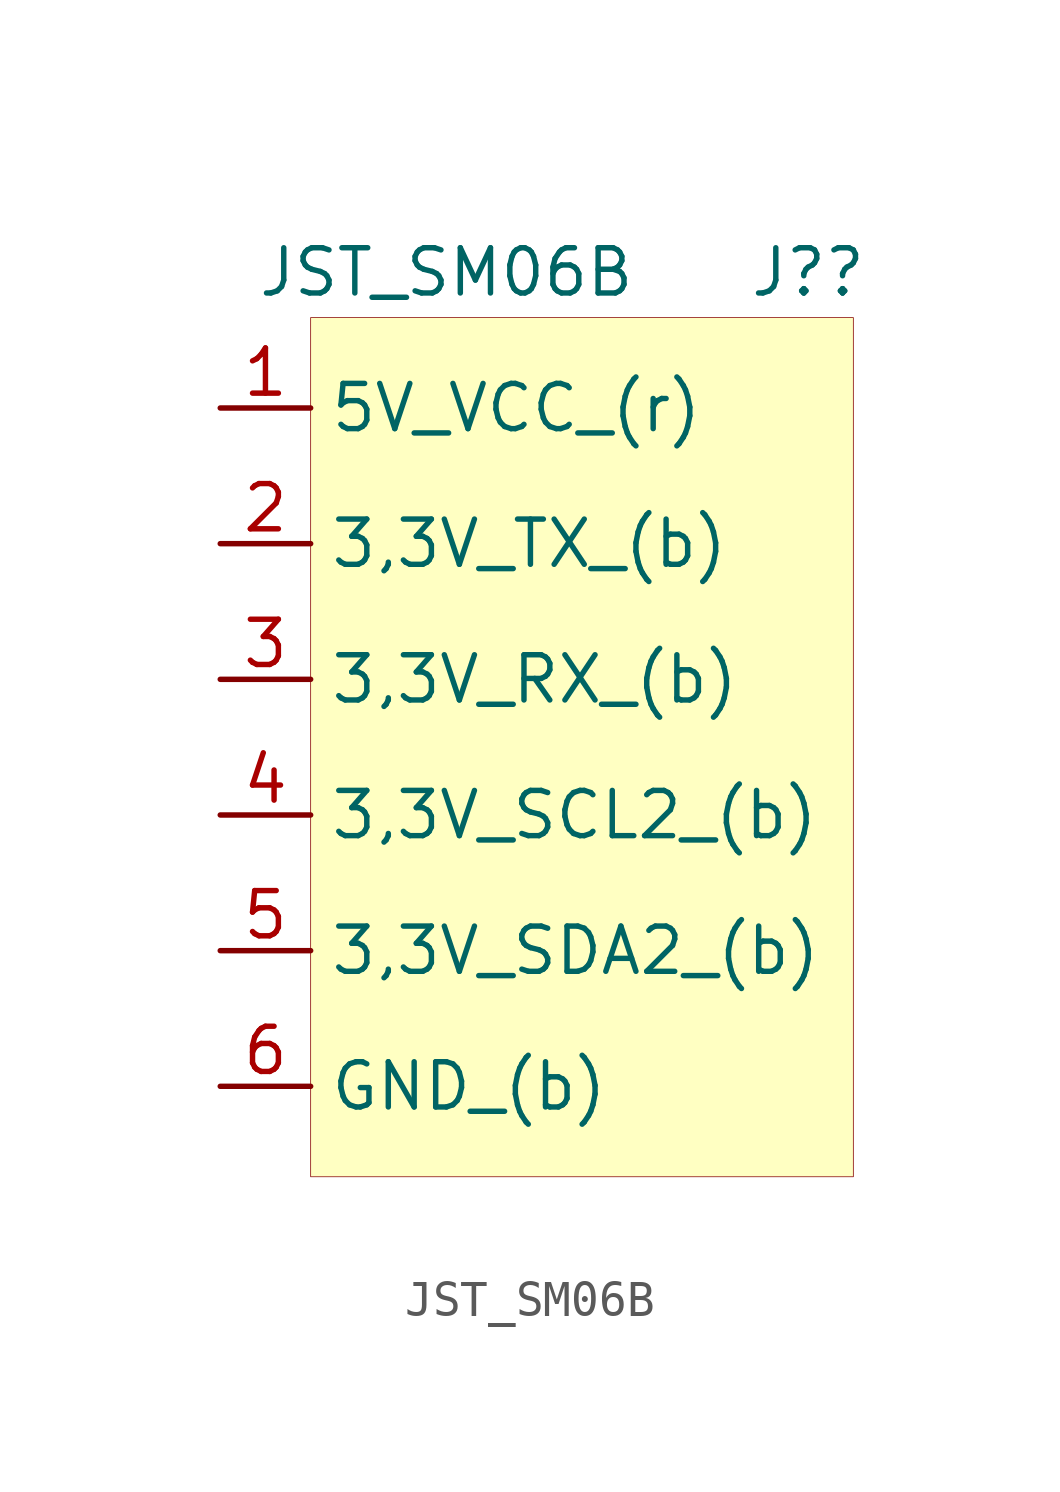
<source format=kicad_sym>
(kicad_symbol_lib
  (version 20201005)
  (generator kicad_symbol_editor)
  (symbol "JST_SM06B:JST_SM06B"
    (property "Reference" "J?"
      (at 6.35 1.27 0)
      (effects (font (size 1.27 1.27))))
    (property "Value" "JST_SM06B"
      (at -3.81 1.27 0)
      (effects (font (size 1.27 1.27))))
    (symbol "JST_SM06B_0_1"
      (polyline (pts (xy -7.62 0) (xy -7.62 -24.13) (xy 7.62 -24.13) (xy 7.62 0) (xy -7.62 0)) (stroke (width 0.001)) (fill (type background))))
    (symbol "JST_SM06B_1_1"
      (pin input line (at -10.16 -2.54 0) (length 2.54) (name "5V_VCC_(r)" (effects (font (size 1.27 1.27)))) (number "1" (effects (font (size 1.27 1.27)))))
      (pin input line (at -10.16 -6.35 0) (length 2.54) (name "3,3V_TX_(b)" (effects (font (size 1.27 1.27)))) (number "2" (effects (font (size 1.27 1.27)))))
      (pin input line (at -10.16 -10.16 0) (length 2.54) (name "3,3V_RX_(b)" (effects (font (size 1.27 1.27)))) (number "3" (effects (font (size 1.27 1.27)))))
      (pin input line (at -10.16 -13.97 0) (length 2.54) (name "3,3V_SCL2_(b)" (effects (font (size 1.27 1.27)))) (number "4" (effects (font (size 1.27 1.27)))))
      (pin input line (at -10.16 -17.78 0) (length 2.54) (name "3,3V_SDA2_(b)" (effects (font (size 1.27 1.27)))) (number "5" (effects (font (size 1.27 1.27)))))
      (pin input line (at -10.16 -21.59 0) (length 2.54) (name "GND_(b)" (effects (font (size 1.27 1.27)))) (number "6" (effects (font (size 1.27 1.27))))))))
</source>
